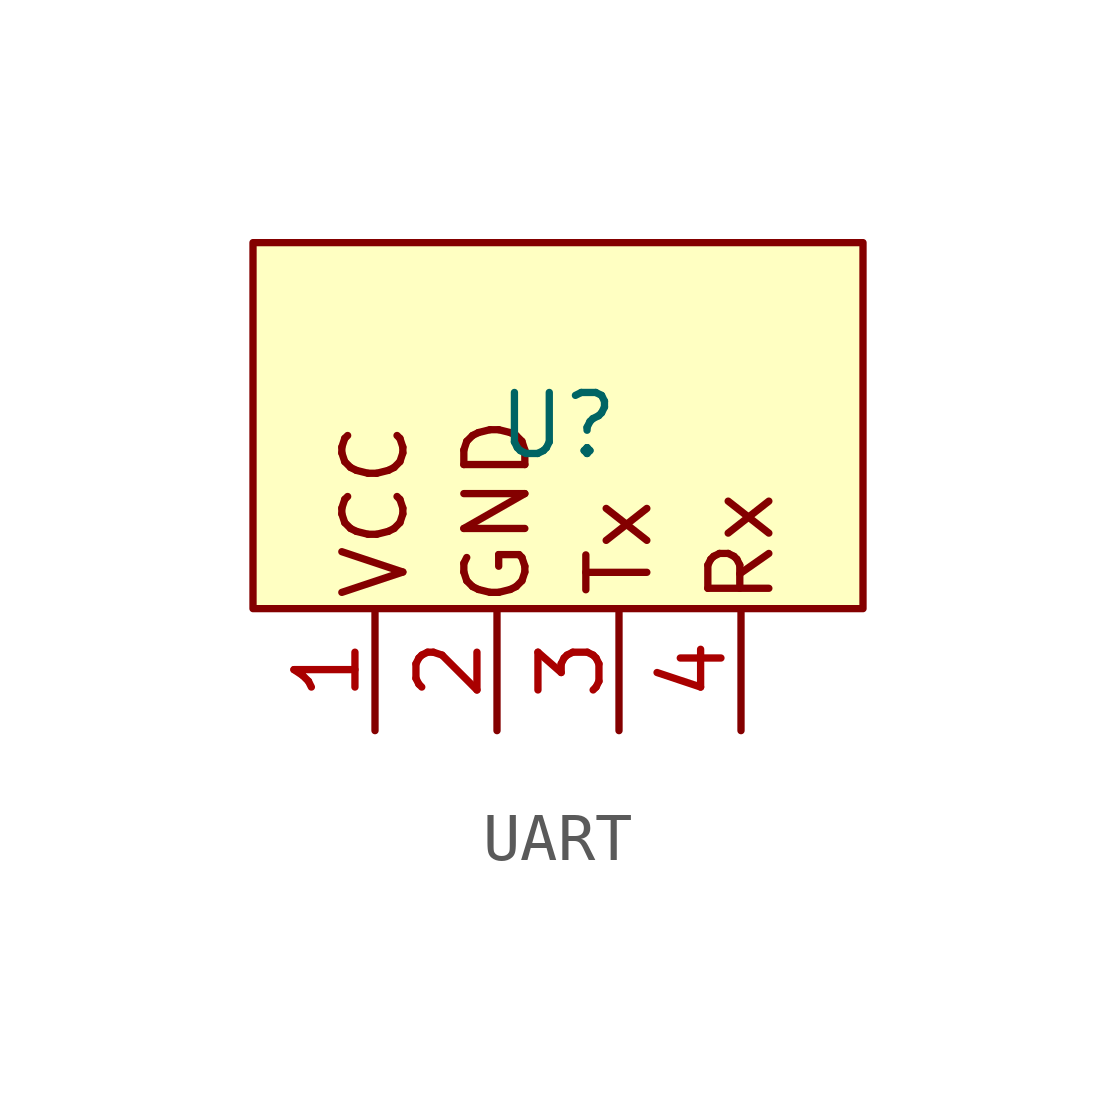
<source format=kicad_sym>
(kicad_symbol_lib
  (version 20241209)
  (generator "kicad_symbol_editor")
  (generator_version "9.0")
  (symbol "UART"
    (property "Reference" "U"
      (at 0 0 0)
      (effects (font (size 1.27 1.27))))
    (property "Value" ""
      (at 0 0 0)
      (effects (font (size 1.27 1.27))))
    (symbol "UART_1_1"
      (rectangle (start -6.35 3.81) (end 6.35 -3.81) (stroke (width 0) (type solid)) (fill (type background)))
      (text "VCC" (at -3.81 -1.778 900) (effects (font (size 1.27 1.27))))
      (text "GND" (at -1.27 -1.778 900) (effects (font (size 1.27 1.27))))
      (text "Tx" (at 1.27 -2.54 900) (effects (font (size 1.27 1.27))))
      (text "Rx" (at 3.81 -2.54 900) (effects (font (size 1.27 1.27))))
      (pin bidirectional line (at -3.81 -6.35 90) (length 2.54) (name "" (effects (font (size 1.27 1.27)))) (number "1" (effects (font (size 1.27 1.27)))))
      (pin bidirectional line (at -1.27 -6.35 90) (length 2.54) (name "" (effects (font (size 1.27 1.27)))) (number "2" (effects (font (size 1.27 1.27)))))
      (pin bidirectional line (at 1.27 -6.35 90) (length 2.54) (name "" (effects (font (size 1.27 1.27)))) (number "3" (effects (font (size 1.27 1.27)))))
      (pin bidirectional line (at 3.81 -6.35 90) (length 2.54) (name "" (effects (font (size 1.27 1.27)))) (number "4" (effects (font (size 1.27 1.27))))))))
</source>
